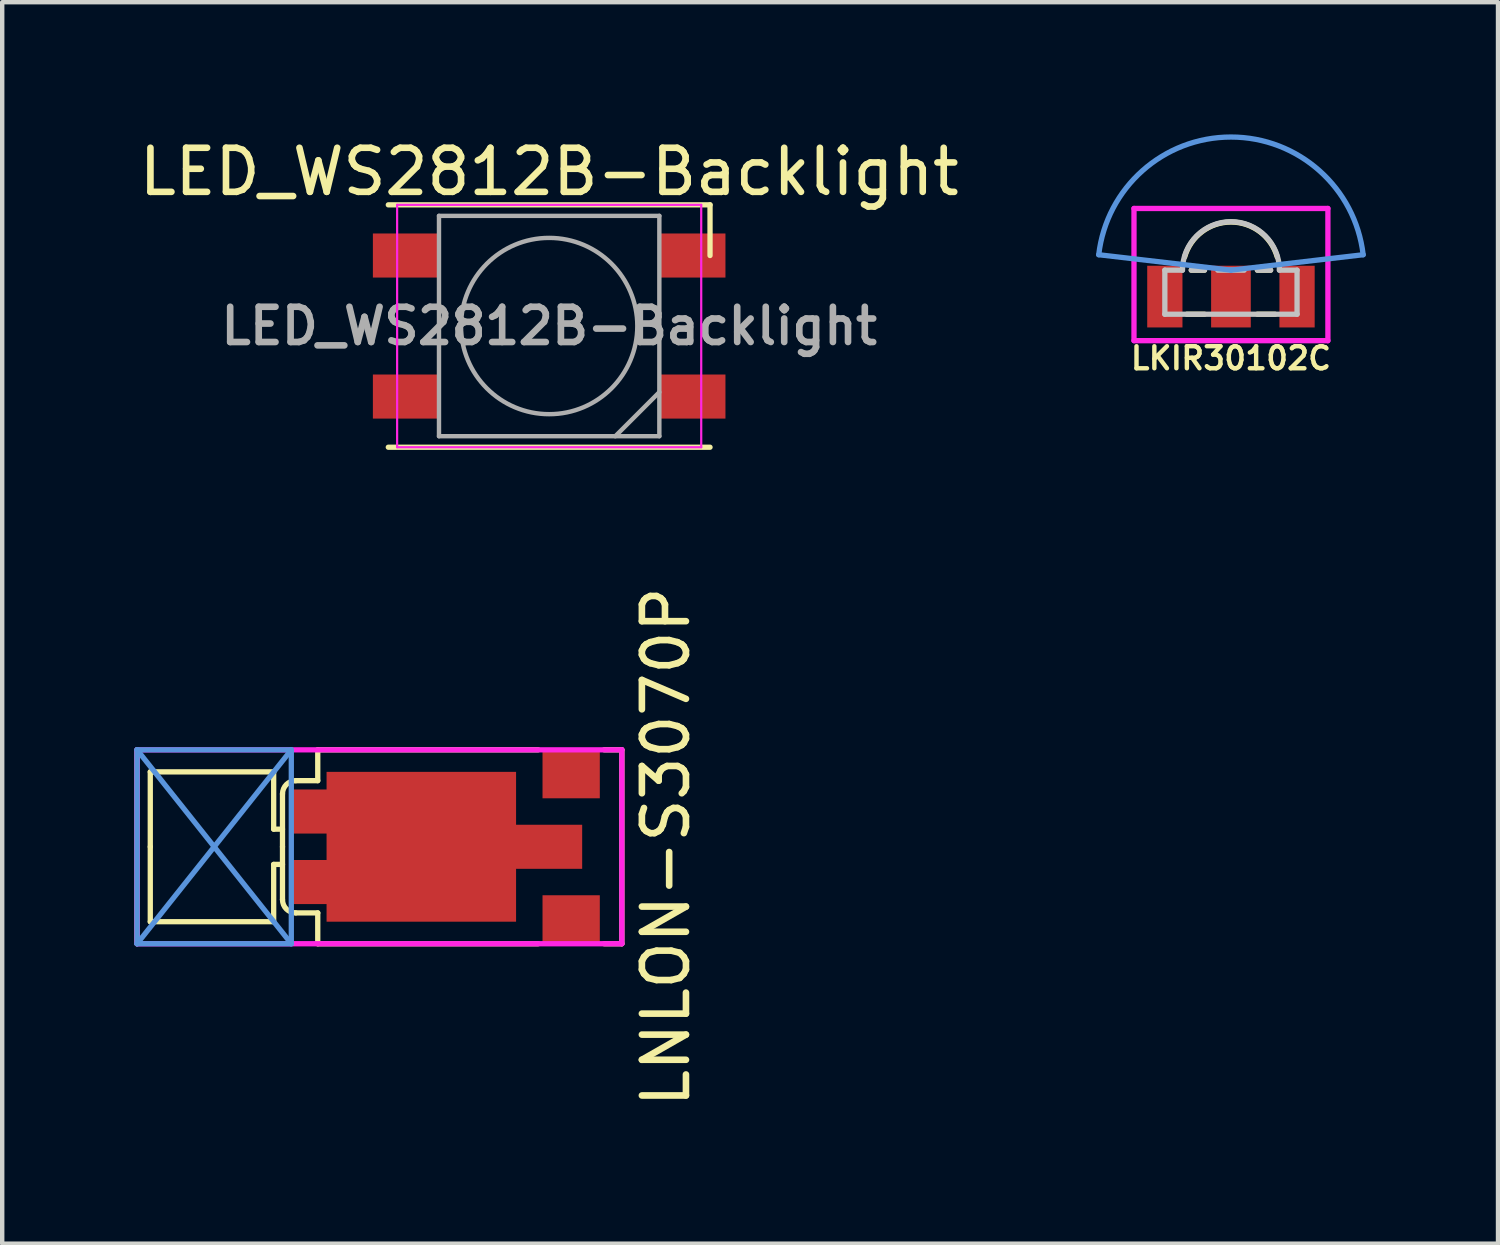
<source format=kicad_pcb>
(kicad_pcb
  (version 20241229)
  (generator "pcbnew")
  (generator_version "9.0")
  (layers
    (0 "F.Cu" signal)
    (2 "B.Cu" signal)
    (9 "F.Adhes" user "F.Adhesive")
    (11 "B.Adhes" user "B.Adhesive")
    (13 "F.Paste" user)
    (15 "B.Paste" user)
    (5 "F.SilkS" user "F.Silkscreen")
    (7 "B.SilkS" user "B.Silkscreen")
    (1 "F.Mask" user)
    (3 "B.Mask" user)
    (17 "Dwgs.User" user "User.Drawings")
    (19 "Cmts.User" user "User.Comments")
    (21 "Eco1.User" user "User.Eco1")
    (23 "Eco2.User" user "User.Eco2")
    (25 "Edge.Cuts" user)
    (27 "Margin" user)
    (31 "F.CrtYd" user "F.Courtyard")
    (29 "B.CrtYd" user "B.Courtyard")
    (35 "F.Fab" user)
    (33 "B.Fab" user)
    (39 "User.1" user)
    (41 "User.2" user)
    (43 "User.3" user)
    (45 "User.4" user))
  (footprint "LNLON-S3070P"
    (layer "F.Cu")
    (at 8.66 16.164)
    (property "Reference" "LNLON-S3070P" (at 3.4 0 90) (layer "F.SilkS") (effects (font (size 1 1) (thickness 0.15))))
    (attr smd)
    (fp_poly (pts (xy 0 -0.5) (xy 1.5 -0.5) (xy 1.5 0.5) (xy 0 0.5) (xy 0 1.7) (xy -4.3 1.7) (xy -4.3 1.3) (xy -5.1 1.3) (xy -5.1 0.3) (xy -4.3 0.3) (xy -4.3 -0.3) (xy -5.1 -0.3) (xy -5.1 -1.3) (xy -4.3 -1.3) (xy -4.3 -1.7) (xy 0 -1.7)) (stroke (width 0) (type solid)) (fill yes) (layer "F.Cu"))
    (fp_poly (pts (xy 0 -0.5) (xy 1.5 -0.5) (xy 1.5 0.5) (xy 0 0.5) (xy 0 1.7) (xy -4.3 1.7) (xy -4.3 1.3) (xy -5.1 1.3) (xy -5.1 0.3) (xy -4.3 0.3) (xy -4.3 -0.3) (xy -5.1 -0.3) (xy -5.1 -1.3) (xy -4.3 -1.3) (xy -4.3 -1.7) (xy 0 -1.7)) (stroke (width 0) (type solid)) (fill yes) (layer "F.Mask"))
    (fp_line (start -8.6 -2.2) (end -8.6 2.2) (stroke (width 0.12) (type solid)) (layer "F.SilkS"))
    (fp_line (start -8.3 -1.7) (end -8.3 0) (stroke (width 0.12) (type solid)) (layer "F.SilkS"))
    (fp_line (start -8.3 1.7) (end -8.3 0) (stroke (width 0.12) (type solid)) (layer "F.SilkS"))
    (fp_line (start -5.5 -1.7) (end -8.3 -1.7) (stroke (width 0.12) (type solid)) (layer "F.SilkS"))
    (fp_line (start -5.5 -1.7) (end -5.5 -0.4) (stroke (width 0.12) (type solid)) (layer "F.SilkS"))
    (fp_line (start -5.5 0.4) (end -5.3 0.4) (stroke (width 0.12) (type solid)) (layer "F.SilkS"))
    (fp_line (start -5.5 1.7) (end -8.3 1.7) (stroke (width 0.12) (type solid)) (layer "F.SilkS"))
    (fp_line (start -5.5 1.7) (end -5.5 0.4) (stroke (width 0.12) (type solid)) (layer "F.SilkS"))
    (fp_line (start -5.3 -1.2) (end -5.3 0) (stroke (width 0.12) (type solid)) (layer "F.SilkS"))
    (fp_line (start -5.3 -0.4) (end -5.5 -0.4) (stroke (width 0.12) (type solid)) (layer "F.SilkS"))
    (fp_line (start -5.3 1.2) (end -5.3 0) (stroke (width 0.12) (type solid)) (layer "F.SilkS"))
    (fp_line (start -5 -1.5) (end -4.5 -1.5) (stroke (width 0.12) (type solid)) (layer "F.SilkS"))
    (fp_line (start -5 1.5) (end -4.5 1.5) (stroke (width 0.12) (type solid)) (layer "F.SilkS"))
    (fp_line (start -4.5 -2.2) (end 0.5 -2.2) (stroke (width 0.12) (type solid)) (layer "F.SilkS"))
    (fp_line (start -4.5 -1.5) (end -4.5 -2.2) (stroke (width 0.12) (type solid)) (layer "F.SilkS"))
    (fp_line (start -4.5 1.5) (end -4.5 2.2) (stroke (width 0.12) (type solid)) (layer "F.SilkS"))
    (fp_line (start 0.5 2.2) (end -4.5 2.2) (stroke (width 0.12) (type solid)) (layer "F.SilkS"))
    (fp_line (start 2 -2.2) (end 2.4 -2.2) (stroke (width 0.12) (type solid)) (layer "F.SilkS"))
    (fp_line (start 2.4 2.2) (end 2 2.2) (stroke (width 0.12) (type solid)) (layer "F.SilkS"))
    (fp_line (start 2.4 2.2) (end 2.4 -2.2) (stroke (width 0.12) (type solid)) (layer "F.SilkS"))
    (fp_arc (start -5.3 -1.2) (mid -5.212132 -1.412132) (end -5 -1.5) (stroke (width 0.12) (type solid)) (layer "F.SilkS"))
    (fp_arc (start -5 1.5) (mid -5.212132 1.412132) (end -5.3 1.2) (stroke (width 0.12) (type solid)) (layer "F.SilkS"))
    (fp_poly (pts (xy 0 -0.5) (xy 1.5 -0.5) (xy 1.5 0.5) (xy 0 0.5) (xy 0 1.7) (xy -4.3 1.7) (xy -4.3 1.3) (xy -5.1 1.3) (xy -5.1 0.3) (xy -4.3 0.3) (xy -4.3 -0.3) (xy -5.1 -0.3) (xy -5.1 -1.3) (xy -4.3 -1.3) (xy -4.3 -1.7) (xy 0 -1.7)) (stroke (width 0) (type solid)) (fill yes) (layer "F.Paste"))
    (fp_line (start -8.6 -2.2) (end -5.1 -2.2) (stroke (width 0.12) (type solid)) (layer "Cmts.User"))
    (fp_line (start -8.6 -2.2) (end -5.1 2.2) (stroke (width 0.12) (type solid)) (layer "Cmts.User"))
    (fp_line (start -8.6 2.2) (end -8.6 -2.2) (stroke (width 0.12) (type solid)) (layer "Cmts.User"))
    (fp_line (start -5.1 -2.2) (end -8.6 2.2) (stroke (width 0.12) (type solid)) (layer "Cmts.User"))
    (fp_line (start -5.1 -2.2) (end -5.1 2.2) (stroke (width 0.12) (type solid)) (layer "Cmts.User"))
    (fp_line (start -5.1 2.2) (end -8.6 2.2) (stroke (width 0.12) (type solid)) (layer "Cmts.User"))
    (fp_line (start -8.6 -2.2) (end -8.6 2.2) (stroke (width 0.12) (type solid)) (layer "F.CrtYd"))
    (fp_line (start -8.6 -2.2) (end 2.4 -2.2) (stroke (width 0.12) (type solid)) (layer "F.CrtYd"))
    (fp_line (start 2.4 2.2) (end -8.6 2.2) (stroke (width 0.12) (type solid)) (layer "F.CrtYd"))
    (fp_line (start 2.4 2.2) (end 2.4 -2.2) (stroke (width 0.12) (type solid)) (layer "F.CrtYd"))
    (pad "1" smd rect (at 1.25 -1.65) (size 1.3 1.1) (layers "F.Cu" "F.Mask" "F.Paste"))
    (pad "2" smd rect (at 1.25 1.65) (size 1.3 1.1) (layers "F.Cu" "F.Mask" "F.Paste")))
  (footprint "LKIR30102C"
    (layer "F.Cu")
    (at 24.881 3.28)
    (property "Reference" "LKIR30102C" (at 0 1.8 180) (layer "F.SilkS") (effects (font (size 0.5 0.5) (thickness 0.1))))
    (attr smd)
    (fp_line (start -0.9 -0.2) (end -0.6 -0.2) (stroke (width 0.12) (type solid)) (layer "F.SilkS"))
    (fp_line (start -0.6 0.8) (end -1 0.8) (stroke (width 0.12) (type solid)) (layer "F.SilkS"))
    (fp_line (start 0.6 -0.2) (end 0.9 -0.2) (stroke (width 0.12) (type solid)) (layer "F.SilkS"))
    (fp_line (start 1 0.8) (end 0.6 0.8) (stroke (width 0.12) (type solid)) (layer "F.SilkS"))
    (fp_arc (start -1.05 -0.5) (mid 0 -1.292016) (end 1.05 -0.5) (stroke (width 0.12) (type solid)) (layer "F.SilkS"))
    (fp_line (start -1.5 -0.2) (end -1.1 -0.2) (stroke (width 0.12) (type solid)) (layer "Dwgs.User"))
    (fp_line (start -1.5 0.8) (end -1.5 -0.2) (stroke (width 0.12) (type solid)) (layer "Dwgs.User"))
    (fp_line (start -0.9 -0.2) (end -0.6 -0.2) (stroke (width 0.12) (type solid)) (layer "Dwgs.User"))
    (fp_line (start -0.3 -0.2) (end 0.3 -0.2) (stroke (width 0.12) (type solid)) (layer "Dwgs.User"))
    (fp_line (start 0.6 -0.2) (end 0.9 -0.2) (stroke (width 0.12) (type solid)) (layer "Dwgs.User"))
    (fp_line (start 1.5 -0.2) (end 1.1 -0.2) (stroke (width 0.12) (type solid)) (layer "Dwgs.User"))
    (fp_line (start 1.5 0.8) (end -1.5 0.8) (stroke (width 0.12) (type solid)) (layer "Dwgs.User"))
    (fp_line (start 1.5 0.8) (end 1.5 -0.2) (stroke (width 0.12) (type solid)) (layer "Dwgs.User"))
    (fp_arc (start -1.1 -0.2) (mid 0 -1.3) (end 1.1 -0.2) (stroke (width 0.12) (type solid)) (layer "Dwgs.User"))
    (fp_line (start 0 -0.2) (end -3 -0.55) (stroke (width 0.12) (type solid)) (layer "Cmts.User"))
    (fp_line (start 0 -0.2) (end 3 -0.55) (stroke (width 0.12) (type solid)) (layer "Cmts.User"))
    (fp_arc (start -2.999999 -0.550001) (mid 0.000001 -3.220347) (end 2.999999 -0.549999) (stroke (width 0.12) (type solid)) (layer "Cmts.User"))
    (fp_line (start -2.2 -1.6) (end -2.2 1.4) (stroke (width 0.12) (type solid)) (layer "F.CrtYd"))
    (fp_line (start -2.2 1.4) (end 2.2 1.4) (stroke (width 0.12) (type solid)) (layer "F.CrtYd"))
    (fp_line (start 2.2 -1.6) (end -2.2 -1.6) (stroke (width 0.12) (type solid)) (layer "F.CrtYd"))
    (fp_line (start 2.2 1.4) (end 2.2 -1.6) (stroke (width 0.12) (type solid)) (layer "F.CrtYd"))
    (pad "" smd rect (at 0 0.4) (size 0.9 1.4) (layers "F.Cu" "F.Mask" "F.Paste"))
    (pad "1" smd rect (at 1.5 0.4) (size 0.8 1.4) (layers "F.Cu" "F.Mask" "F.Paste"))
    (pad "2" smd rect (at -1.5 0.4) (size 0.8 1.4) (layers "F.Cu" "F.Mask" "F.Paste")))
  (footprint "LED_WS2812B-Backlight"
    (layer "F.Cu")
    (at 9.411 4.348)
    (property "Reference" "LED_WS2812B-Backlight" (at 0 -3.5 0) (layer "F.SilkS") (effects (font (size 1 1) (thickness 0.15))))
    (attr smd)
    (fp_circle (center 0 0) (end 2.5 0) (stroke (width 0.12) (type solid)) (fill yes) (layer "F.Mask"))
    (fp_line (start -3.65 -2.75) (end 3.65 -2.75) (stroke (width 0.12) (type solid)) (layer "F.SilkS"))
    (fp_line (start -3.65 2.75) (end 3.65 2.75) (stroke (width 0.12) (type solid)) (layer "F.SilkS"))
    (fp_line (start 3.65 -1.6) (end 3.65 -2.75) (stroke (width 0.12) (type solid)) (layer "F.SilkS"))
    (fp_line (start -3.45 -2.75) (end -3.45 2.75) (stroke (width 0.05) (type solid)) (layer "F.CrtYd"))
    (fp_line (start -3.45 2.75) (end 3.45 2.75) (stroke (width 0.05) (type solid)) (layer "F.CrtYd"))
    (fp_line (start 3.45 -2.75) (end -3.45 -2.75) (stroke (width 0.05) (type solid)) (layer "F.CrtYd"))
    (fp_line (start 3.45 2.75) (end 3.45 -2.75) (stroke (width 0.05) (type solid)) (layer "F.CrtYd"))
    (fp_line (start -2.5 -2.5) (end -2.5 2.5) (stroke (width 0.1) (type solid)) (layer "F.Fab"))
    (fp_line (start -2.5 2.5) (end 2.5 2.5) (stroke (width 0.1) (type solid)) (layer "F.Fab"))
    (fp_line (start 2.5 -2.5) (end -2.5 -2.5) (stroke (width 0.1) (type solid)) (layer "F.Fab"))
    (fp_line (start 2.5 1.5) (end 1.5 2.5) (stroke (width 0.1) (type solid)) (layer "F.Fab"))
    (fp_line (start 2.5 2.5) (end 2.5 -2.5) (stroke (width 0.1) (type solid)) (layer "F.Fab"))
    (fp_circle (center 0 0) (end 0 -2) (stroke (width 0.1) (type solid)) (fill no) (layer "F.Fab"))
    (fp_text user "${REFERENCE}" (at 0 0 0) (layer "F.Fab") (effects (font (size 0.8 0.8) (thickness 0.15))))
    (pad "1" smd rect (at 3.25 -1.6) (size 1.5 1) (layers "F.Cu" "F.Mask" "F.Paste"))
    (pad "2" smd rect (at 3.25 1.6) (size 1.5 1) (layers "F.Cu" "F.Mask" "F.Paste"))
    (pad "3" smd rect (at -3.25 1.6) (size 1.5 1) (layers "F.Cu" "F.Mask" "F.Paste"))
    (pad "4" smd rect (at -3.25 -1.6) (size 1.5 1) (layers "F.Cu" "F.Mask" "F.Paste"))
    (zone (net_name "") (layer "F.Cu") (hatch edge 0.508) (connect_pads) (min_thickness 0.254) (filled_areas_thickness no) (keepout (tracks not_allowed) (vias not_allowed) (pads not_allowed) (copperpour not_allowed) (footprints allowed)) (placement (enabled no)) (fill) (polygon (pts (xy 11.916 4.348) (xy 11.896 4.034) (xy 11.837 3.725) (xy 11.74 3.426) (xy 11.606 3.141) (xy 11.437 2.876) (xy 11.237 2.633) (xy 11.007 2.418) (xy 10.753 2.233) (xy 10.477 2.082) (xy 10.185 1.966) (xy 9.88 1.888) (xy 9.568 1.848) (xy 9.253 1.848) (xy 8.941 1.888) (xy 8.637 1.966) (xy 8.344 2.082) (xy 8.068 2.233) (xy 7.814 2.418) (xy 7.585 2.633) (xy 7.384 2.876) (xy 7.216 3.141) (xy 7.082 3.426) (xy 6.984 3.725) (xy 6.926 4.034) (xy 6.906 4.348) (xy 6.926 4.662) (xy 6.984 4.971) (xy 7.082 5.27) (xy 7.216 5.555) (xy 7.384 5.821) (xy 7.585 6.063) (xy 7.814 6.278) (xy 8.068 6.463) (xy 8.344 6.615) (xy 8.637 6.731) (xy 8.941 6.809) (xy 9.253 6.848) (xy 9.568 6.848) (xy 9.88 6.809) (xy 10.185 6.731) (xy 10.477 6.615) (xy 10.753 6.463) (xy 11.007 6.278) (xy 11.237 6.063) (xy 11.437 5.821) (xy 11.606 5.555) (xy 11.74 5.27) (xy 11.837 4.971) (xy 11.896 4.662)))))
  (gr_rect
    (start -3 -3)
    (end 30.941 25.17)
    (stroke (width 0.1) (type default))
    (fill no)
    (layer "Edge.Cuts")))
</source>
